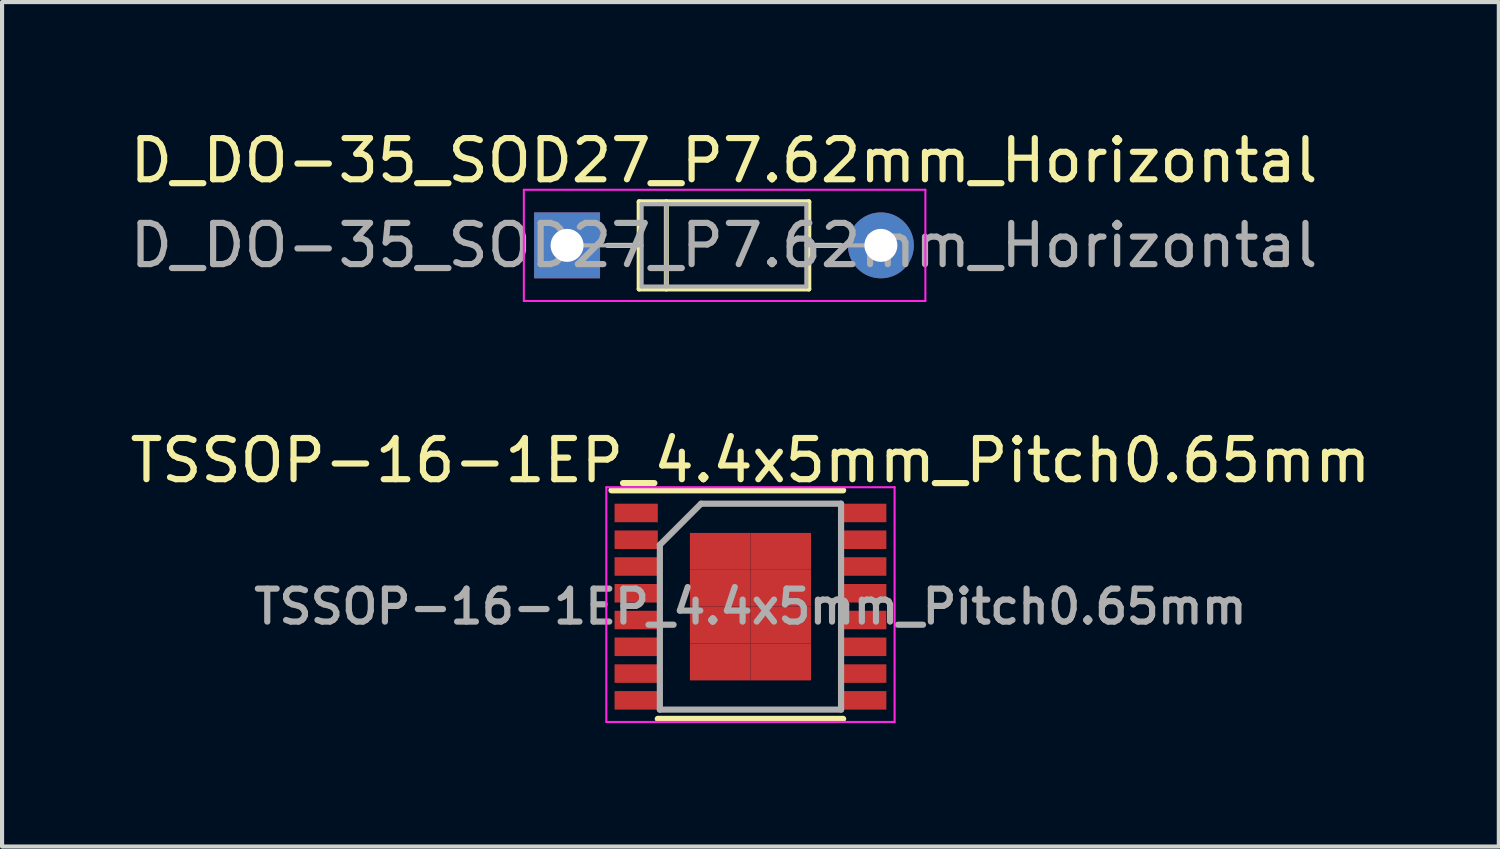
<source format=kicad_pcb>
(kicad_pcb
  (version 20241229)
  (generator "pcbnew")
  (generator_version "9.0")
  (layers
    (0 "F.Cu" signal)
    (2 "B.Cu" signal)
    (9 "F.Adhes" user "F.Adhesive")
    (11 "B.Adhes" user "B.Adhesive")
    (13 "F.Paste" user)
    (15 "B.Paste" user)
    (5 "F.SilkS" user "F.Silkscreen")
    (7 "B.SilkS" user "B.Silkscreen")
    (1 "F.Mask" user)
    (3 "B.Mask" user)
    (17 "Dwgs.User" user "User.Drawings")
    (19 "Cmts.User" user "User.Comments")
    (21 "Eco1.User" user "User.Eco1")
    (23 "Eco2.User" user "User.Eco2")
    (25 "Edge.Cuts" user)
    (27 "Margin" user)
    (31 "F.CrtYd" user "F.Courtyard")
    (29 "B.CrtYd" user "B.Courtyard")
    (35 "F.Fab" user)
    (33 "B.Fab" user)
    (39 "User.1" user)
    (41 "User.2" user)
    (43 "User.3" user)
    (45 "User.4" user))
  (footprint "TSSOP-16-1EP_4.4x5mm_Pitch0.65mm"
    (layer "F.Cu")
    (at 15.173 11.681)
    (property "Reference" "TSSOP-16-1EP_4.4x5mm_Pitch0.65mm" (at 0 -3.55 0) (layer "F.SilkS") (effects (font (size 1 1) (thickness 0.15))))
    (attr smd)
    (fp_line (start -3.375 -2.825) (end 2.25 -2.825) (stroke (width 0.15) (type solid)) (layer "F.SilkS"))
    (fp_line (start -2.25 2.725) (end 2.25 2.725) (stroke (width 0.15) (type solid)) (layer "F.SilkS"))
    (fp_line (start -3.5 -2.9) (end -3.5 2.8) (stroke (width 0.05) (type solid)) (layer "F.CrtYd"))
    (fp_line (start -3.5 -2.9) (end 3.5 -2.9) (stroke (width 0.05) (type solid)) (layer "F.CrtYd"))
    (fp_line (start -3.5 2.8) (end 3.5 2.8) (stroke (width 0.05) (type solid)) (layer "F.CrtYd"))
    (fp_line (start 3.5 -2.9) (end 3.5 2.8) (stroke (width 0.05) (type solid)) (layer "F.CrtYd"))
    (fp_line (start -2.2 -1.5) (end -1.2 -2.5) (stroke (width 0.15) (type solid)) (layer "F.Fab"))
    (fp_line (start -2.2 2.5) (end -2.2 -1.5) (stroke (width 0.15) (type solid)) (layer "F.Fab"))
    (fp_line (start -1.2 -2.5) (end 2.2 -2.5) (stroke (width 0.15) (type solid)) (layer "F.Fab"))
    (fp_line (start 2.2 -2.5) (end 2.2 2.5) (stroke (width 0.15) (type solid)) (layer "F.Fab"))
    (fp_line (start 2.2 2.5) (end -2.2 2.5) (stroke (width 0.15) (type solid)) (layer "F.Fab"))
    (fp_text user "${REFERENCE}" (at 0 0 0) (layer "F.Fab") (effects (font (size 0.8 0.8) (thickness 0.15))))
    (pad "1" smd rect (at -2.775 -2.275) (size 1.05 0.45) (layers "F.Cu" "F.Mask" "F.Paste"))
    (pad "2" smd rect (at -2.775 -1.625) (size 1.05 0.45) (layers "F.Cu" "F.Mask" "F.Paste"))
    (pad "3" smd rect (at -2.775 -0.975) (size 1.05 0.45) (layers "F.Cu" "F.Mask" "F.Paste"))
    (pad "4" smd rect (at -2.775 -0.325) (size 1.05 0.45) (layers "F.Cu" "F.Mask" "F.Paste"))
    (pad "5" smd rect (at -2.775 0.325) (size 1.05 0.45) (layers "F.Cu" "F.Mask" "F.Paste"))
    (pad "6" smd rect (at -2.775 0.975) (size 1.05 0.45) (layers "F.Cu" "F.Mask" "F.Paste"))
    (pad "7" smd rect (at -2.775 1.625) (size 1.05 0.45) (layers "F.Cu" "F.Mask" "F.Paste"))
    (pad "8" smd rect (at -2.775 2.275) (size 1.05 0.45) (layers "F.Cu" "F.Mask" "F.Paste"))
    (pad "9" smd rect (at 2.775 2.275) (size 1.05 0.45) (layers "F.Cu" "F.Mask" "F.Paste"))
    (pad "10" smd rect (at 2.775 1.625) (size 1.05 0.45) (layers "F.Cu" "F.Mask" "F.Paste"))
    (pad "11" smd rect (at 2.775 0.975) (size 1.05 0.45) (layers "F.Cu" "F.Mask" "F.Paste"))
    (pad "12" smd rect (at 2.775 0.325) (size 1.05 0.45) (layers "F.Cu" "F.Mask" "F.Paste"))
    (pad "13" smd rect (at 2.775 -0.325) (size 1.05 0.45) (layers "F.Cu" "F.Mask" "F.Paste"))
    (pad "14" smd rect (at 2.775 -0.975) (size 1.05 0.45) (layers "F.Cu" "F.Mask" "F.Paste"))
    (pad "15" smd rect (at 2.775 -1.625) (size 1.05 0.45) (layers "F.Cu" "F.Mask" "F.Paste"))
    (pad "16" smd rect (at 2.775 -2.275) (size 1.05 0.45) (layers "F.Cu" "F.Mask" "F.Paste"))
    (pad "17" smd rect (at -0.735 -1.343) (size 1.47 0.895) (layers "F.Cu" "F.Mask" "F.Paste"))
    (pad "17" smd rect (at -0.735 -0.448) (size 1.47 0.895) (layers "F.Cu" "F.Mask" "F.Paste"))
    (pad "17" smd rect (at -0.735 0.448) (size 1.47 0.895) (layers "F.Cu" "F.Mask" "F.Paste"))
    (pad "17" smd rect (at -0.735 1.343) (size 1.47 0.895) (layers "F.Cu" "F.Mask" "F.Paste"))
    (pad "17" smd rect (at 0.735 -1.343) (size 1.47 0.895) (layers "F.Cu" "F.Mask" "F.Paste"))
    (pad "17" smd rect (at 0.735 -0.448) (size 1.47 0.895) (layers "F.Cu" "F.Mask" "F.Paste"))
    (pad "17" smd rect (at 0.735 0.448) (size 1.47 0.895) (layers "F.Cu" "F.Mask" "F.Paste"))
    (pad "17" smd rect (at 0.735 1.343) (size 1.47 0.895) (layers "F.Cu" "F.Mask" "F.Paste")))
  (footprint "D_DO-35_SOD27_P7.62mm_Horizontal"
    (layer "F.Cu")
    (at 10.72 2.908)
    (property "Reference" "D_DO-35_SOD27_P7.62mm_Horizontal" (at 3.81 -2.06 0) (layer "F.SilkS") (effects (font (size 1 1) (thickness 0.15))))
    (attr through_hole)
    (fp_line (start 0.98 0) (end 1.75 0) (stroke (width 0.12) (type solid)) (layer "F.SilkS"))
    (fp_line (start 1.75 -1.06) (end 1.75 1.06) (stroke (width 0.12) (type solid)) (layer "F.SilkS"))
    (fp_line (start 1.75 1.06) (end 5.87 1.06) (stroke (width 0.12) (type solid)) (layer "F.SilkS"))
    (fp_line (start 2.41 -1.06) (end 2.41 1.06) (stroke (width 0.12) (type solid)) (layer "F.SilkS"))
    (fp_line (start 5.87 -1.06) (end 1.75 -1.06) (stroke (width 0.12) (type solid)) (layer "F.SilkS"))
    (fp_line (start 5.87 1.06) (end 5.87 -1.06) (stroke (width 0.12) (type solid)) (layer "F.SilkS"))
    (fp_line (start 6.64 0) (end 5.87 0) (stroke (width 0.12) (type solid)) (layer "F.SilkS"))
    (fp_line (start -1.05 -1.35) (end -1.05 1.35) (stroke (width 0.05) (type solid)) (layer "F.CrtYd"))
    (fp_line (start -1.05 1.35) (end 8.7 1.35) (stroke (width 0.05) (type solid)) (layer "F.CrtYd"))
    (fp_line (start 8.7 -1.35) (end -1.05 -1.35) (stroke (width 0.05) (type solid)) (layer "F.CrtYd"))
    (fp_line (start 8.7 1.35) (end 8.7 -1.35) (stroke (width 0.05) (type solid)) (layer "F.CrtYd"))
    (fp_line (start 0 0) (end 1.81 0) (stroke (width 0.1) (type solid)) (layer "F.Fab"))
    (fp_line (start 1.81 -1) (end 1.81 1) (stroke (width 0.1) (type solid)) (layer "F.Fab"))
    (fp_line (start 1.81 1) (end 5.81 1) (stroke (width 0.1) (type solid)) (layer "F.Fab"))
    (fp_line (start 2.41 -1) (end 2.41 1) (stroke (width 0.1) (type solid)) (layer "F.Fab"))
    (fp_line (start 5.81 -1) (end 1.81 -1) (stroke (width 0.1) (type solid)) (layer "F.Fab"))
    (fp_line (start 5.81 1) (end 5.81 -1) (stroke (width 0.1) (type solid)) (layer "F.Fab"))
    (fp_line (start 7.62 0) (end 5.81 0) (stroke (width 0.1) (type solid)) (layer "F.Fab"))
    (fp_text user "${REFERENCE}" (at 3.81 0 0) (layer "F.Fab") (effects (font (size 1 1) (thickness 0.15))))
    (pad "1" thru_hole rect (at 0 0) (size 1.6 1.6) (drill 0.8) (layers "*.Cu" "*.Mask"))
    (pad "2" thru_hole oval (at 7.62 0) (size 1.6 1.6) (drill 0.8) (layers "*.Cu" "*.Mask")))
  (gr_rect
    (start -3 -3)
    (end 33.345 17.506)
    (stroke (width 0.1) (type default))
    (fill no)
    (layer "Edge.Cuts")))
</source>
